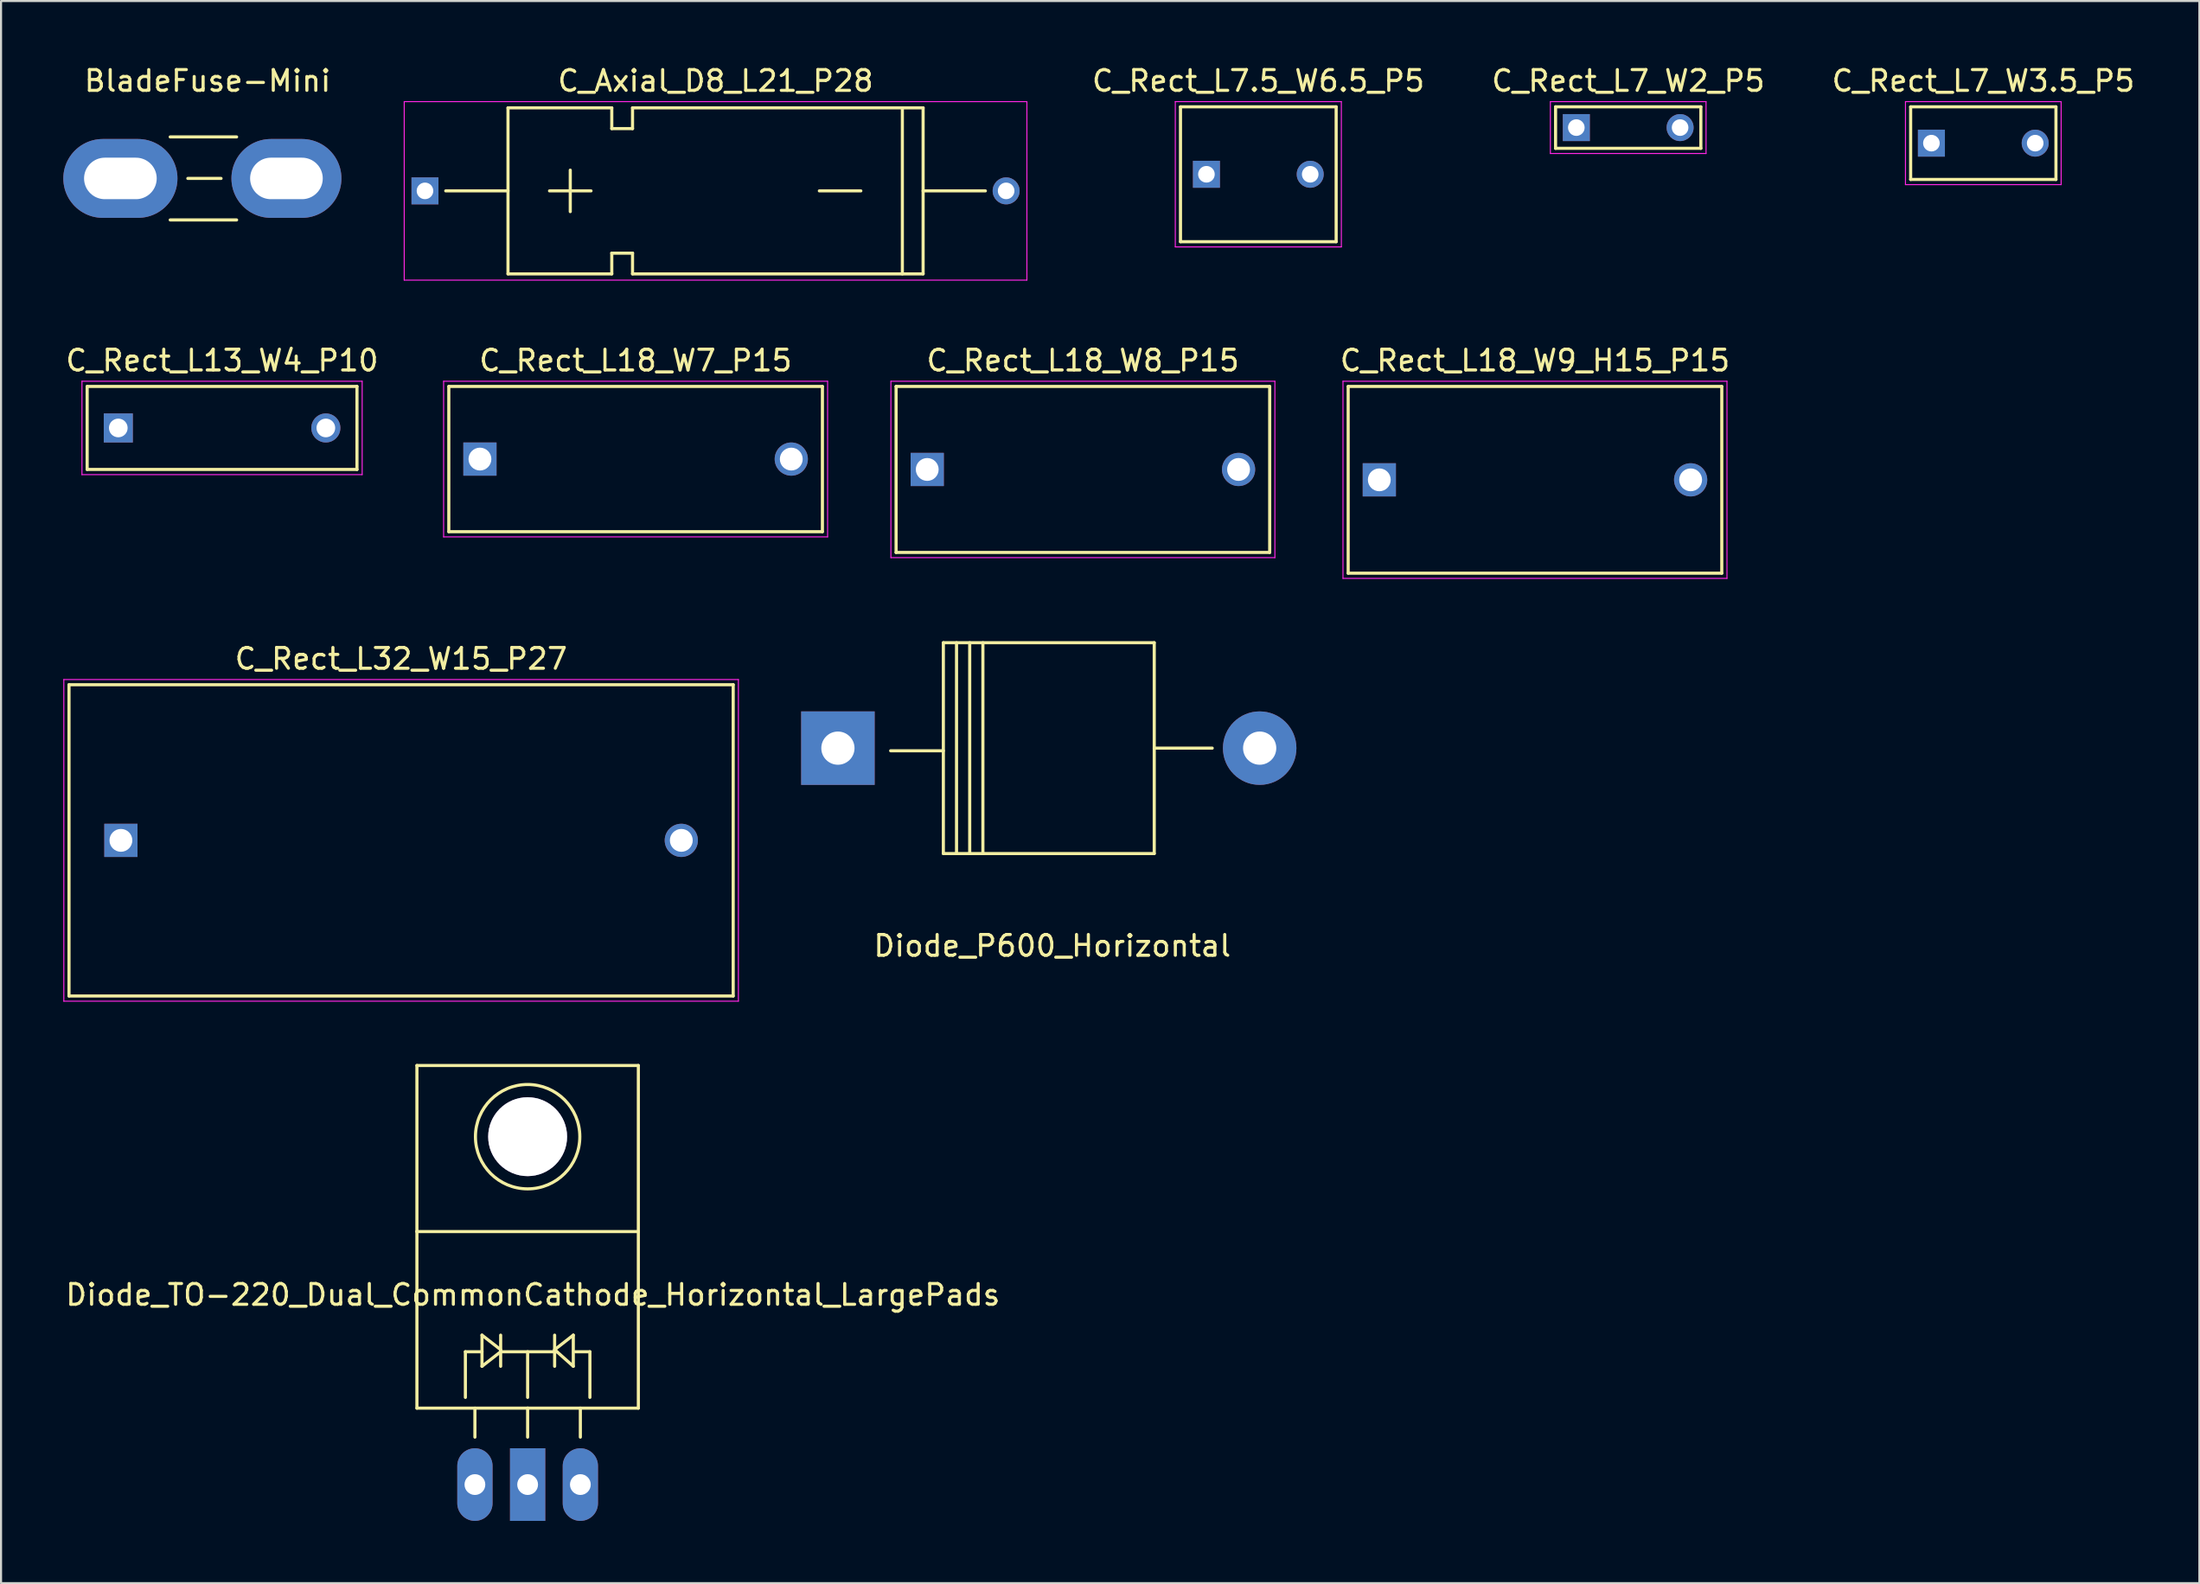
<source format=kicad_pcb>
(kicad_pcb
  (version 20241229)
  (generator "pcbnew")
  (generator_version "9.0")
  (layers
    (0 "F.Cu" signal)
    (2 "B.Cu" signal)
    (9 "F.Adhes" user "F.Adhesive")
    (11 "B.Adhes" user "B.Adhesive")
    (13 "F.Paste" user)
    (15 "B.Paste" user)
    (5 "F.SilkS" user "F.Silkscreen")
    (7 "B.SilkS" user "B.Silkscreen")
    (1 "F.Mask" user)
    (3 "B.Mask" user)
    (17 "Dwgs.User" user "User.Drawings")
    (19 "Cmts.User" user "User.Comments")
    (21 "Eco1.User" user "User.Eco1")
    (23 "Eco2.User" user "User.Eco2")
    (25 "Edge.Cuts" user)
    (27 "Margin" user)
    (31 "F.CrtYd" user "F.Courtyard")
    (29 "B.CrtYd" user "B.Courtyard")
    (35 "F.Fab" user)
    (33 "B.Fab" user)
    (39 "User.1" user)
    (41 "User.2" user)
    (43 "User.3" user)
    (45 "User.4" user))
  (footprint "C_Rect_L7_W3.5_P5"
    (layer "F.Cu")
    (at 90.004 3.848)
    (property "Reference" "C_Rect_L7_W3.5_P5" (at 2.5 -3 0) (layer "F.SilkS") (effects (font (size 1 1) (thickness 0.15))))
    (attr through_hole)
    (fp_line (start -1 -1.75) (end 6 -1.75) (stroke (width 0.15) (type solid)) (layer "F.SilkS"))
    (fp_line (start -1 1.75) (end -1 -1.75) (stroke (width 0.15) (type solid)) (layer "F.SilkS"))
    (fp_line (start 6 -1.75) (end 6 1.75) (stroke (width 0.15) (type solid)) (layer "F.SilkS"))
    (fp_line (start 6 1.75) (end -1 1.75) (stroke (width 0.15) (type solid)) (layer "F.SilkS"))
    (fp_line (start -1.25 -2) (end 6.25 -2) (stroke (width 0.05) (type solid)) (layer "F.CrtYd"))
    (fp_line (start -1.25 2) (end -1.25 -2) (stroke (width 0.05) (type solid)) (layer "F.CrtYd"))
    (fp_line (start 6.25 -2) (end 6.25 2) (stroke (width 0.05) (type solid)) (layer "F.CrtYd"))
    (fp_line (start 6.25 2) (end -1.25 2) (stroke (width 0.05) (type solid)) (layer "F.CrtYd"))
    (pad "1" thru_hole rect (at 0 0) (size 1.3 1.3) (drill 0.8) (layers "*.Cu" "*.Mask"))
    (pad "2" thru_hole circle (at 5 0) (size 1.3 1.3) (drill 0.8) (layers "*.Cu" "*.Mask")))
  (footprint "C_Rect_L7.5_W6.5_P5"
    (layer "F.Cu")
    (at 55.075 5.348)
    (property "Reference" "C_Rect_L7.5_W6.5_P5" (at 2.5 -4.5 0) (layer "F.SilkS") (effects (font (size 1 1) (thickness 0.15))))
    (attr through_hole)
    (fp_line (start -1.25 -3.25) (end 6.25 -3.25) (stroke (width 0.15) (type solid)) (layer "F.SilkS"))
    (fp_line (start -1.25 3.25) (end -1.25 -3.25) (stroke (width 0.15) (type solid)) (layer "F.SilkS"))
    (fp_line (start 6.25 -3.25) (end 6.25 3.25) (stroke (width 0.15) (type solid)) (layer "F.SilkS"))
    (fp_line (start 6.25 3.25) (end -1.25 3.25) (stroke (width 0.15) (type solid)) (layer "F.SilkS"))
    (fp_line (start -1.5 -3.5) (end 6.5 -3.5) (stroke (width 0.05) (type solid)) (layer "F.CrtYd"))
    (fp_line (start -1.5 3.5) (end -1.5 -3.5) (stroke (width 0.05) (type solid)) (layer "F.CrtYd"))
    (fp_line (start 6.5 -3.5) (end 6.5 3.5) (stroke (width 0.05) (type solid)) (layer "F.CrtYd"))
    (fp_line (start 6.5 3.5) (end -1.5 3.5) (stroke (width 0.05) (type solid)) (layer "F.CrtYd"))
    (pad "1" thru_hole rect (at 0 0) (size 1.3 1.3) (drill 0.8) (layers "*.Cu" "*.Mask"))
    (pad "2" thru_hole circle (at 5 0) (size 1.3 1.3) (drill 0.8) (layers "*.Cu" "*.Mask")))
  (footprint "C_Axial_D8_L21_P28"
    (layer "F.Cu")
    (at 17.425 6.148)
    (property "Reference" "C_Axial_D8_L21_P28" (at 14 -5.3 0) (layer "F.SilkS") (effects (font (size 1 1) (thickness 0.15))))
    (attr through_hole)
    (fp_line (start 4 0) (end 1 0) (stroke (width 0.15) (type solid)) (layer "F.SilkS"))
    (fp_line (start 4 4) (end 4 -4) (stroke (width 0.15) (type solid)) (layer "F.SilkS"))
    (fp_line (start 6 0) (end 8 0) (stroke (width 0.15) (type solid)) (layer "F.SilkS"))
    (fp_line (start 7 1) (end 7 -1) (stroke (width 0.15) (type solid)) (layer "F.SilkS"))
    (fp_line (start 9 -4) (end 4 -4) (stroke (width 0.15) (type solid)) (layer "F.SilkS"))
    (fp_line (start 9 -4) (end 9 -3) (stroke (width 0.15) (type solid)) (layer "F.SilkS"))
    (fp_line (start 9 -3) (end 10 -3) (stroke (width 0.15) (type solid)) (layer "F.SilkS"))
    (fp_line (start 9 3) (end 9 4) (stroke (width 0.15) (type solid)) (layer "F.SilkS"))
    (fp_line (start 9 4) (end 4 4) (stroke (width 0.15) (type solid)) (layer "F.SilkS"))
    (fp_line (start 10 -3) (end 10 -4) (stroke (width 0.15) (type solid)) (layer "F.SilkS"))
    (fp_line (start 10 3) (end 9 3) (stroke (width 0.15) (type solid)) (layer "F.SilkS"))
    (fp_line (start 10 4) (end 10 3) (stroke (width 0.15) (type solid)) (layer "F.SilkS"))
    (fp_line (start 10 4) (end 24 4) (stroke (width 0.15) (type solid)) (layer "F.SilkS"))
    (fp_line (start 19 0) (end 21 0) (stroke (width 0.15) (type solid)) (layer "F.SilkS"))
    (fp_line (start 23 -4) (end 23 4) (stroke (width 0.15) (type solid)) (layer "F.SilkS"))
    (fp_line (start 24 -4) (end 10 -4) (stroke (width 0.15) (type solid)) (layer "F.SilkS"))
    (fp_line (start 24 4) (end 24 -4) (stroke (width 0.15) (type solid)) (layer "F.SilkS"))
    (fp_line (start 27 0) (end 24 0) (stroke (width 0.15) (type solid)) (layer "F.SilkS"))
    (fp_line (start -1 -4.3) (end 29 -4.3) (stroke (width 0.05) (type solid)) (layer "F.CrtYd"))
    (fp_line (start -1 4.3) (end -1 -4.3) (stroke (width 0.05) (type solid)) (layer "F.CrtYd"))
    (fp_line (start 29 -4.3) (end 29 4.3) (stroke (width 0.05) (type solid)) (layer "F.CrtYd"))
    (fp_line (start 29 4.3) (end -1 4.3) (stroke (width 0.05) (type solid)) (layer "F.CrtYd"))
    (pad "1" thru_hole rect (at 0 0) (size 1.3 1.3) (drill 0.8) (layers "*.Cu" "*.Mask"))
    (pad "2" thru_hole circle (at 28 0) (size 1.3 1.3) (drill 0.8) (layers "*.Cu" "*.Mask")))
  (footprint "C_Rect_L18_W8_P15"
    (layer "F.Cu")
    (at 41.623 19.572)
    (property "Reference" "C_Rect_L18_W8_P15" (at 7.5 -5.25 0) (layer "F.SilkS") (effects (font (size 1 1) (thickness 0.15))))
    (attr through_hole)
    (fp_line (start -1.5 -4) (end 16.5 -4) (stroke (width 0.15) (type solid)) (layer "F.SilkS"))
    (fp_line (start -1.5 4) (end -1.5 -4) (stroke (width 0.15) (type solid)) (layer "F.SilkS"))
    (fp_line (start 16.5 -4) (end 16.5 4) (stroke (width 0.15) (type solid)) (layer "F.SilkS"))
    (fp_line (start 16.5 4) (end -1.5 4) (stroke (width 0.15) (type solid)) (layer "F.SilkS"))
    (fp_line (start -1.75 -4.25) (end 16.75 -4.25) (stroke (width 0.05) (type solid)) (layer "F.CrtYd"))
    (fp_line (start -1.75 4.25) (end -1.75 -4.25) (stroke (width 0.05) (type solid)) (layer "F.CrtYd"))
    (fp_line (start 16.75 -4.25) (end 16.75 4.25) (stroke (width 0.05) (type solid)) (layer "F.CrtYd"))
    (fp_line (start 16.75 4.25) (end -1.75 4.25) (stroke (width 0.05) (type solid)) (layer "F.CrtYd"))
    (pad "1" thru_hole rect (at 0 0) (size 1.6 1.6) (drill 1.1) (layers "*.Cu" "*.Mask"))
    (pad "2" thru_hole circle (at 15 0) (size 1.6 1.6) (drill 1.1) (layers "*.Cu" "*.Mask")))
  (footprint "C_Rect_L18_W7_P15"
    (layer "F.Cu")
    (at 20.073 19.072)
    (property "Reference" "C_Rect_L18_W7_P15" (at 7.5 -4.75 0) (layer "F.SilkS") (effects (font (size 1 1) (thickness 0.15))))
    (attr through_hole)
    (fp_line (start -1.5 -3.5) (end 16.5 -3.5) (stroke (width 0.15) (type solid)) (layer "F.SilkS"))
    (fp_line (start -1.5 3.5) (end -1.5 -3.5) (stroke (width 0.15) (type solid)) (layer "F.SilkS"))
    (fp_line (start 16.5 -3.5) (end 16.5 3.5) (stroke (width 0.15) (type solid)) (layer "F.SilkS"))
    (fp_line (start 16.5 3.5) (end -1.5 3.5) (stroke (width 0.15) (type solid)) (layer "F.SilkS"))
    (fp_line (start -1.75 -3.75) (end 16.75 -3.75) (stroke (width 0.05) (type solid)) (layer "F.CrtYd"))
    (fp_line (start -1.75 3.75) (end -1.75 -3.75) (stroke (width 0.05) (type solid)) (layer "F.CrtYd"))
    (fp_line (start 16.75 -3.75) (end 16.75 3.75) (stroke (width 0.05) (type solid)) (layer "F.CrtYd"))
    (fp_line (start 16.75 3.75) (end -1.75 3.75) (stroke (width 0.05) (type solid)) (layer "F.CrtYd"))
    (pad "1" thru_hole rect (at 0 0) (size 1.6 1.6) (drill 1.1) (layers "*.Cu" "*.Mask"))
    (pad "2" thru_hole circle (at 15 0) (size 1.6 1.6) (drill 1.1) (layers "*.Cu" "*.Mask")))
  (footprint "Diode_P600_Horizontal"
    (layer "F.Cu")
    (at 37.32 33.004)
    (property "Reference" "Diode_P600_Horizontal" (at 10.328 9.522 0) (layer "F.SilkS") (effects (font (size 1 1) (thickness 0.15))))
    (attr through_hole)
    (fp_line (start 5.08 -5.083) (end 5.08 5.077) (stroke (width 0.15) (type solid)) (layer "F.SilkS"))
    (fp_line (start 5.08 0.124) (end 2.54 0.124) (stroke (width 0.15) (type solid)) (layer "F.SilkS"))
    (fp_line (start 5.715 -5.083) (end 5.715 5.077) (stroke (width 0.15) (type solid)) (layer "F.SilkS"))
    (fp_line (start 6.35 -5.083) (end 6.35 5.077) (stroke (width 0.15) (type solid)) (layer "F.SilkS"))
    (fp_line (start 6.985 -5.083) (end 6.985 5.077) (stroke (width 0.15) (type solid)) (layer "F.SilkS"))
    (fp_line (start 15.24 -5.083) (end 5.08 -5.083) (stroke (width 0.15) (type solid)) (layer "F.SilkS"))
    (fp_line (start 15.24 -5.083) (end 15.24 5.077) (stroke (width 0.15) (type solid)) (layer "F.SilkS"))
    (fp_line (start 15.24 -0.003) (end 18.034 -0.003) (stroke (width 0.15) (type solid)) (layer "F.SilkS"))
    (fp_line (start 15.24 5.077) (end 5.08 5.077) (stroke (width 0.15) (type solid)) (layer "F.SilkS"))
    (pad "1" thru_hole rect (at 0 -0.003 180) (size 3.541 3.541) (drill 1.6) (layers "*.Cu" "*.Mask"))
    (pad "2" thru_hole circle (at 20.32 -0.003 180) (size 3.541 3.541) (drill 1.6) (layers "*.Cu" "*.Mask")))
  (footprint "C_Rect_L13_W4_P10"
    (layer "F.Cu")
    (at 2.649 17.572)
    (property "Reference" "C_Rect_L13_W4_P10" (at 5 -3.25 0) (layer "F.SilkS") (effects (font (size 1 1) (thickness 0.15))))
    (attr through_hole)
    (fp_line (start -1.5 -2) (end 11.5 -2) (stroke (width 0.15) (type solid)) (layer "F.SilkS"))
    (fp_line (start -1.5 2) (end -1.5 -2) (stroke (width 0.15) (type solid)) (layer "F.SilkS"))
    (fp_line (start 11.5 -2) (end 11.5 2) (stroke (width 0.15) (type solid)) (layer "F.SilkS"))
    (fp_line (start 11.5 2) (end -1.5 2) (stroke (width 0.15) (type solid)) (layer "F.SilkS"))
    (fp_line (start -1.75 -2.25) (end 11.75 -2.25) (stroke (width 0.05) (type solid)) (layer "F.CrtYd"))
    (fp_line (start -1.75 2.25) (end -1.75 -2.25) (stroke (width 0.05) (type solid)) (layer "F.CrtYd"))
    (fp_line (start 11.75 -2.25) (end 11.75 2.25) (stroke (width 0.05) (type solid)) (layer "F.CrtYd"))
    (fp_line (start 11.75 2.25) (end -1.75 2.25) (stroke (width 0.05) (type solid)) (layer "F.CrtYd"))
    (pad "1" thru_hole rect (at 0 0) (size 1.4 1.4) (drill 0.9) (layers "*.Cu" "*.Mask"))
    (pad "2" thru_hole circle (at 10 0) (size 1.4 1.4) (drill 0.9) (layers "*.Cu" "*.Mask")))
  (footprint "Diode_TO-220_Dual_CommonCathode_Horizontal_LargePads"
    (layer "F.Cu")
    (at 19.834 68.488)
    (property "Reference" "Diode_TO-220_Dual_CommonCathode_Horizontal_LargePads" (at 2.791 -9.144 0) (layer "F.SilkS") (effects (font (size 1 1) (thickness 0.15))))
    (attr through_hole)
    (fp_line (start -2.797 -20.193) (end -2.797 -12.192) (stroke (width 0.15) (type solid)) (layer "F.SilkS"))
    (fp_line (start -2.797 -12.192) (end -2.797 -3.683) (stroke (width 0.15) (type solid)) (layer "F.SilkS"))
    (fp_line (start -0.462 -6.401) (end -0.462 -4.201) (stroke (width 0.15) (type solid)) (layer "F.SilkS"))
    (fp_line (start -0.003 -3.683) (end -0.003 -2.286) (stroke (width 0.15) (type solid)) (layer "F.SilkS"))
    (fp_line (start 0.338 -7.201) (end 0.338 -5.7) (stroke (width 0.15) (type solid)) (layer "F.SilkS"))
    (fp_line (start 0.338 -6.401) (end -0.462 -6.401) (stroke (width 0.15) (type solid)) (layer "F.SilkS"))
    (fp_line (start 0.338 -5.7) (end 1.237 -6.401) (stroke (width 0.15) (type solid)) (layer "F.SilkS"))
    (fp_line (start 1.237 -7.201) (end 1.237 -5.7) (stroke (width 0.15) (type solid)) (layer "F.SilkS"))
    (fp_line (start 1.237 -6.5) (end 0.338 -7.201) (stroke (width 0.15) (type solid)) (layer "F.SilkS"))
    (fp_line (start 1.237 -6.401) (end 3.937 -6.401) (stroke (width 0.15) (type solid)) (layer "F.SilkS"))
    (fp_line (start 2.537 -6.401) (end 2.537 -4.201) (stroke (width 0.15) (type solid)) (layer "F.SilkS"))
    (fp_line (start 2.537 -3.683) (end -2.797 -3.683) (stroke (width 0.15) (type solid)) (layer "F.SilkS"))
    (fp_line (start 2.537 -3.683) (end 2.537 -2.286) (stroke (width 0.15) (type solid)) (layer "F.SilkS"))
    (fp_line (start 2.537 -3.683) (end 7.871 -3.683) (stroke (width 0.15) (type solid)) (layer "F.SilkS"))
    (fp_line (start 3.838 -7.201) (end 3.838 -5.7) (stroke (width 0.15) (type solid)) (layer "F.SilkS"))
    (fp_line (start 3.838 -6.5) (end 4.737 -7.201) (stroke (width 0.15) (type solid)) (layer "F.SilkS"))
    (fp_line (start 4.737 -7.201) (end 4.737 -5.7) (stroke (width 0.15) (type solid)) (layer "F.SilkS"))
    (fp_line (start 4.737 -5.7) (end 3.838 -6.5) (stroke (width 0.15) (type solid)) (layer "F.SilkS"))
    (fp_line (start 4.839 -6.401) (end 5.537 -6.401) (stroke (width 0.15) (type solid)) (layer "F.SilkS"))
    (fp_line (start 5.077 -3.683) (end 5.077 -2.286) (stroke (width 0.15) (type solid)) (layer "F.SilkS"))
    (fp_line (start 5.537 -6.401) (end 5.537 -4.201) (stroke (width 0.15) (type solid)) (layer "F.SilkS"))
    (fp_line (start 7.871 -20.193) (end -2.797 -20.193) (stroke (width 0.15) (type solid)) (layer "F.SilkS"))
    (fp_line (start 7.871 -12.192) (end -2.797 -12.192) (stroke (width 0.15) (type solid)) (layer "F.SilkS"))
    (fp_line (start 7.871 -12.192) (end 7.871 -20.193) (stroke (width 0.15) (type solid)) (layer "F.SilkS"))
    (fp_line (start 7.871 -3.683) (end 7.871 -12.192) (stroke (width 0.15) (type solid)) (layer "F.SilkS"))
    (fp_circle (center 2.537 -16.764) (end 4.315 -14.986) (stroke (width 0.15) (type solid)) (fill no) (layer "F.SilkS"))
    (pad "1" thru_hole oval (at -0.003 0 90) (size 3.5 1.699) (drill 1.001) (layers "*.Cu" "*.Mask"))
    (pad "2" thru_hole rect (at 2.537 0 90) (size 3.5 1.699) (drill 1.001) (layers "*.Cu" "*.Mask"))
    (pad "3" thru_hole oval (at 5.077 0 90) (size 3.5 1.699) (drill 1.001) (layers "*.Cu" "*.Mask"))
    (pad "9" thru_hole circle (at 2.537 -16.764 90) (size 3.8 3.8) (drill 3.8) (layers "*.Cu" "*.Mask")))
  (footprint "C_Rect_L7_W2_P5"
    (layer "F.Cu")
    (at 72.896 3.098)
    (property "Reference" "C_Rect_L7_W2_P5" (at 2.5 -2.25 0) (layer "F.SilkS") (effects (font (size 1 1) (thickness 0.15))))
    (attr through_hole)
    (fp_line (start -1 -1) (end 6 -1) (stroke (width 0.15) (type solid)) (layer "F.SilkS"))
    (fp_line (start -1 1) (end -1 -1) (stroke (width 0.15) (type solid)) (layer "F.SilkS"))
    (fp_line (start 6 -1) (end 6 1) (stroke (width 0.15) (type solid)) (layer "F.SilkS"))
    (fp_line (start 6 1) (end -1 1) (stroke (width 0.15) (type solid)) (layer "F.SilkS"))
    (fp_line (start -1.25 -1.25) (end 6.25 -1.25) (stroke (width 0.05) (type solid)) (layer "F.CrtYd"))
    (fp_line (start -1.25 1.25) (end -1.25 -1.25) (stroke (width 0.05) (type solid)) (layer "F.CrtYd"))
    (fp_line (start 6.25 -1.25) (end 6.25 1.25) (stroke (width 0.05) (type solid)) (layer "F.CrtYd"))
    (fp_line (start 6.25 1.25) (end -1.25 1.25) (stroke (width 0.05) (type solid)) (layer "F.CrtYd"))
    (pad "1" thru_hole rect (at 0 0) (size 1.3 1.3) (drill 0.8) (layers "*.Cu" "*.Mask"))
    (pad "2" thru_hole circle (at 5 0) (size 1.3 1.3) (drill 0.8) (layers "*.Cu" "*.Mask")))
  (footprint "C_Rect_L32_W15_P27"
    (layer "F.Cu")
    (at 2.775 37.445)
    (property "Reference" "C_Rect_L32_W15_P27" (at 13.5 -8.75 0) (layer "F.SilkS") (effects (font (size 1 1) (thickness 0.15))))
    (attr through_hole)
    (fp_line (start -2.5 -7.5) (end 29.5 -7.5) (stroke (width 0.15) (type solid)) (layer "F.SilkS"))
    (fp_line (start -2.5 7.5) (end -2.5 -7.5) (stroke (width 0.15) (type solid)) (layer "F.SilkS"))
    (fp_line (start 29.5 -7.5) (end 29.5 7.5) (stroke (width 0.15) (type solid)) (layer "F.SilkS"))
    (fp_line (start 29.5 7.5) (end -2.5 7.5) (stroke (width 0.15) (type solid)) (layer "F.SilkS"))
    (fp_line (start -2.75 -7.75) (end 29.75 -7.75) (stroke (width 0.05) (type solid)) (layer "F.CrtYd"))
    (fp_line (start -2.75 7.75) (end -2.75 -7.75) (stroke (width 0.05) (type solid)) (layer "F.CrtYd"))
    (fp_line (start 29.75 -7.75) (end 29.75 7.75) (stroke (width 0.05) (type solid)) (layer "F.CrtYd"))
    (fp_line (start 29.75 7.75) (end -2.75 7.75) (stroke (width 0.05) (type solid)) (layer "F.CrtYd"))
    (pad "1" thru_hole rect (at 0 0) (size 1.6 1.6) (drill 1.1) (layers "*.Cu" "*.Mask"))
    (pad "2" thru_hole circle (at 27 0) (size 1.6 1.6) (drill 1.1) (layers "*.Cu" "*.Mask")))
  (footprint "C_Rect_L18_W9_H15_P15"
    (layer "F.Cu")
    (at 63.404 20.072)
    (property "Reference" "C_Rect_L18_W9_H15_P15" (at 7.5 -5.75 0) (layer "F.SilkS") (effects (font (size 1 1) (thickness 0.15))))
    (attr through_hole)
    (fp_line (start -1.5 -4.5) (end 16.5 -4.5) (stroke (width 0.15) (type solid)) (layer "F.SilkS"))
    (fp_line (start -1.5 4.5) (end -1.5 -4.5) (stroke (width 0.15) (type solid)) (layer "F.SilkS"))
    (fp_line (start 16.5 -4.5) (end 16.5 4.5) (stroke (width 0.15) (type solid)) (layer "F.SilkS"))
    (fp_line (start 16.5 4.5) (end -1.5 4.5) (stroke (width 0.15) (type solid)) (layer "F.SilkS"))
    (fp_line (start -1.75 -4.75) (end 16.75 -4.75) (stroke (width 0.05) (type solid)) (layer "F.CrtYd"))
    (fp_line (start -1.75 4.75) (end -1.75 -4.75) (stroke (width 0.05) (type solid)) (layer "F.CrtYd"))
    (fp_line (start 16.75 -4.75) (end 16.75 4.75) (stroke (width 0.05) (type solid)) (layer "F.CrtYd"))
    (fp_line (start 16.75 4.75) (end -1.75 4.75) (stroke (width 0.05) (type solid)) (layer "F.CrtYd"))
    (pad "1" thru_hole rect (at 0 0) (size 1.6 1.6) (drill 1.1) (layers "*.Cu" "*.Mask"))
    (pad "2" thru_hole circle (at 15 0) (size 1.6 1.6) (drill 1.1) (layers "*.Cu" "*.Mask")))
  (footprint "BladeFuse-Mini"
    (layer "F.Cu")
    (at 6.75 5.548)
    (property "Reference" "BladeFuse-Mini" (at 0.2 -4.7 0) (layer "F.SilkS") (effects (font (size 1 1) (thickness 0.15))))
    (attr through_hole)
    (fp_line (start -1.6 -2) (end 1.6 -2) (stroke (width 0.15) (type solid)) (layer "F.SilkS"))
    (fp_line (start -0.75 0) (end 0.85 0) (stroke (width 0.15) (type solid)) (layer "F.SilkS"))
    (fp_line (start 1.6 2) (end -1.6 2) (stroke (width 0.15) (type solid)) (layer "F.SilkS"))
    (pad "1" thru_hole oval (at -4 0) (size 5.5 3.8) (drill oval 3.5 2) (layers "*.Cu" "*.Mask"))
    (pad "2" thru_hole oval (at 4 0) (size 5.3 3.8) (drill oval 3.5 2) (layers "*.Cu" "*.Mask")))
  (gr_rect
    (start -3 -3)
    (end 102.914 73.238)
    (stroke (width 0.1) (type default))
    (fill no)
    (layer "Edge.Cuts")))
</source>
